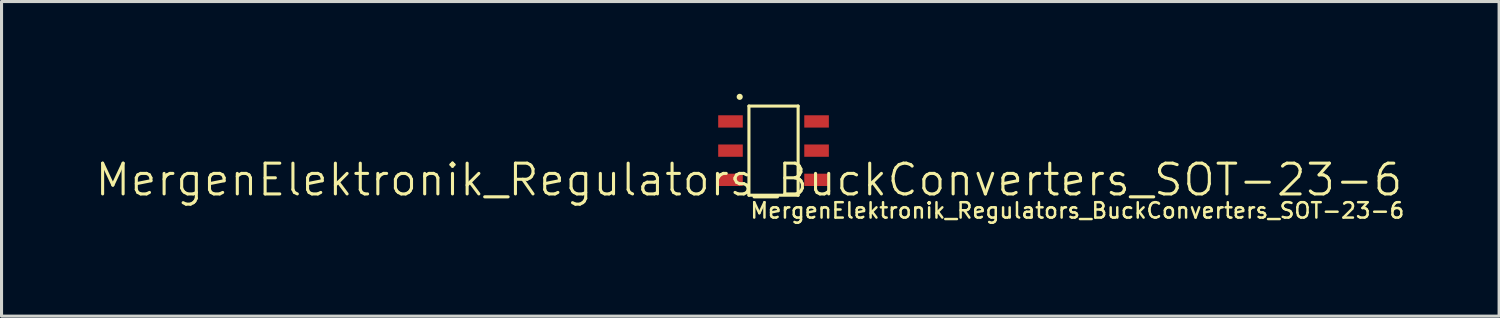
<source format=kicad_pcb>
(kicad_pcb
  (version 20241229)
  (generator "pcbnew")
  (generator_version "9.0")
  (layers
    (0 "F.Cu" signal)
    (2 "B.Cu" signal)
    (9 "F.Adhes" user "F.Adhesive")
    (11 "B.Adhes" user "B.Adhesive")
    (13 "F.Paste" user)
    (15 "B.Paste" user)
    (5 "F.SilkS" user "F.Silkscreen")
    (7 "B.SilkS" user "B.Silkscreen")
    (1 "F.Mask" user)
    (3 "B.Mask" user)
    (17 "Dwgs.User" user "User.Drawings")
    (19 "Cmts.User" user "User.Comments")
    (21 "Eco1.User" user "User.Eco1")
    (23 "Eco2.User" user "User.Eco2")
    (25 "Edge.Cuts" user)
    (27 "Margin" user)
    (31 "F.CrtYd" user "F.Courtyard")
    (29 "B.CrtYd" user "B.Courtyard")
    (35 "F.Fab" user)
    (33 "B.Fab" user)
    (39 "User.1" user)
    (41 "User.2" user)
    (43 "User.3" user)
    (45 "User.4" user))
  (footprint "MergenElektronik_Regulators_BuckConverters_SOT-23-6"
    (layer "F.Cu")
    (at 21.312 3.3)
    (property "Reference" "MergenElektronik_Regulators_BuckConverters_SOT-23-6" (at 0 -0.5 0) (unlocked yes) (layer "F.SilkS") (effects (font (size 1 1) (thickness 0.1))))
    (attr smd)
    (fp_line (start 0 -2.9) (end 0 0) (stroke (width 0.1) (type default)) (layer "F.SilkS"))
    (fp_line (start 0 0) (end 1.6 0) (stroke (width 0.1) (type default)) (layer "F.SilkS"))
    (fp_line (start 1.6 -2.9) (end 0 -2.9) (stroke (width 0.1) (type default)) (layer "F.SilkS"))
    (fp_line (start 1.6 0) (end 1.6 -2.9) (stroke (width 0.1) (type default)) (layer "F.SilkS"))
    (fp_circle (center -0.3 -3.2) (end -0.25 -3.2) (stroke (width 0.1) (type solid)) (fill no) (layer "F.SilkS"))
    (fp_text user "${REFERENCE}" (at 0 0.5 0) (unlocked yes) (layer "F.SilkS") (effects (font (size 0.5 0.5) (thickness 0.08)) (justify left)))
    (pad "1" smd rect (at -0.6 -2.4) (size 0.8 0.4) (layers "F.Cu" "F.Mask" "F.Paste"))
    (pad "2" smd rect (at -0.6 -1.45) (size 0.8 0.4) (layers "F.Cu" "F.Mask" "F.Paste"))
    (pad "3" smd rect (at -0.6 -0.5) (size 0.8 0.4) (layers "F.Cu" "F.Mask" "F.Paste"))
    (pad "4" smd rect (at 2.2 -0.5) (size 0.8 0.4) (layers "F.Cu" "F.Mask" "F.Paste"))
    (pad "5" smd rect (at 2.2 -1.45) (size 0.8 0.4) (layers "F.Cu" "F.Mask" "F.Paste"))
    (pad "6" smd rect (at 2.2 -2.4) (size 0.8 0.4) (layers "F.Cu" "F.Mask" "F.Paste")))
  (gr_rect
    (start -3 -3)
    (end 45.714 7.233)
    (stroke (width 0.1) (type default))
    (fill no)
    (layer "Edge.Cuts")))
</source>
